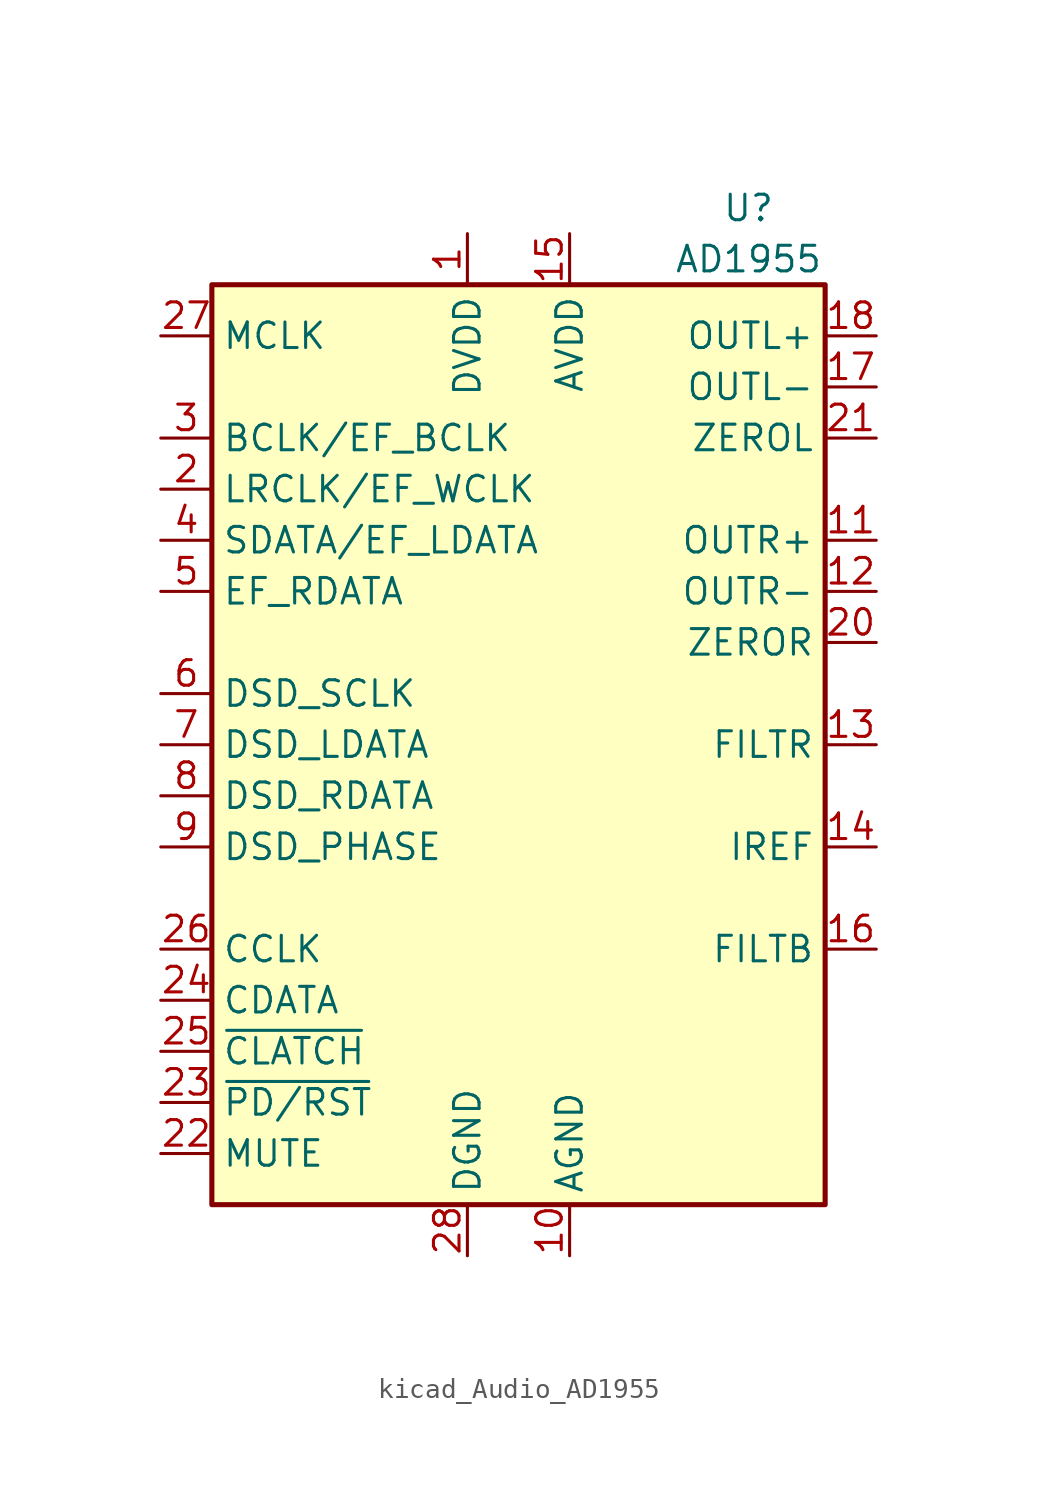
<source format=kicad_sym>
(kicad_symbol_lib
  (version 20220914)
  (generator kicad_symbol_editor)
  (symbol "kicad_Audio_AD1955"
    (property "Reference" "U"
      (at 11.43 26.67 0)
      (effects (font (size 1.27 1.27))))
    (property "Value" "AD1955"
      (at 11.43 24.13 0)
      (effects (font (size 1.27 1.27))))
    (symbol "kicad_Audio_AD1955_0_1"
      (rectangle (start -15.24 22.86) (end 15.24 -22.86) (stroke (width 0.254) (type default)) (fill (type background))))
    (symbol "kicad_Audio_AD1955_1_1"
      (pin power_in line (at -2.54 25.4 270) (length 2.54) (name "DVDD" (effects (font (size 1.27 1.27)))) (number "1" (effects (font (size 1.27 1.27)))))
      (pin power_in line (at 2.54 -25.4 90) (length 2.54) (name "AGND" (effects (font (size 1.27 1.27)))) (number "10" (effects (font (size 1.27 1.27)))))
      (pin output line (at 17.78 10.16 180) (length 2.54) (name "OUTR+" (effects (font (size 1.27 1.27)))) (number "11" (effects (font (size 1.27 1.27)))))
      (pin output line (at 17.78 7.62 180) (length 2.54) (name "OUTR-" (effects (font (size 1.27 1.27)))) (number "12" (effects (font (size 1.27 1.27)))))
      (pin output line (at 17.78 0 180) (length 2.54) (name "FILTR" (effects (font (size 1.27 1.27)))) (number "13" (effects (font (size 1.27 1.27)))))
      (pin passive line (at 17.78 -5.08 180) (length 2.54) (name "IREF" (effects (font (size 1.27 1.27)))) (number "14" (effects (font (size 1.27 1.27)))))
      (pin power_in line (at 2.54 25.4 270) (length 2.54) (name "AVDD" (effects (font (size 1.27 1.27)))) (number "15" (effects (font (size 1.27 1.27)))))
      (pin output line (at 17.78 -10.16 180) (length 2.54) (name "FILTB" (effects (font (size 1.27 1.27)))) (number "16" (effects (font (size 1.27 1.27)))))
      (pin output line (at 17.78 17.78 180) (length 2.54) (name "OUTL-" (effects (font (size 1.27 1.27)))) (number "17" (effects (font (size 1.27 1.27)))))
      (pin output line (at 17.78 20.32 180) (length 2.54) (name "OUTL+" (effects (font (size 1.27 1.27)))) (number "18" (effects (font (size 1.27 1.27)))))
      (pin passive line (at 2.54 -25.4 90) (length 2.54) hide (name "AGND" (effects (font (size 1.27 1.27)))) (number "19" (effects (font (size 1.27 1.27)))))
      (pin input line (at -17.78 12.7 0) (length 2.54) (name "LRCLK/EF_WCLK" (effects (font (size 1.27 1.27)))) (number "2" (effects (font (size 1.27 1.27)))))
      (pin output line (at 17.78 5.08 180) (length 2.54) (name "ZEROR" (effects (font (size 1.27 1.27)))) (number "20" (effects (font (size 1.27 1.27)))))
      (pin output line (at 17.78 15.24 180) (length 2.54) (name "ZEROL" (effects (font (size 1.27 1.27)))) (number "21" (effects (font (size 1.27 1.27)))))
      (pin input line (at -17.78 -20.32 0) (length 2.54) (name "MUTE" (effects (font (size 1.27 1.27)))) (number "22" (effects (font (size 1.27 1.27)))))
      (pin input line (at -17.78 -17.78 0) (length 2.54) (name "~{PD/RST}" (effects (font (size 1.27 1.27)))) (number "23" (effects (font (size 1.27 1.27)))))
      (pin input line (at -17.78 -12.7 0) (length 2.54) (name "CDATA" (effects (font (size 1.27 1.27)))) (number "24" (effects (font (size 1.27 1.27)))))
      (pin input line (at -17.78 -15.24 0) (length 2.54) (name "~{CLATCH}" (effects (font (size 1.27 1.27)))) (number "25" (effects (font (size 1.27 1.27)))))
      (pin input line (at -17.78 -10.16 0) (length 2.54) (name "CCLK" (effects (font (size 1.27 1.27)))) (number "26" (effects (font (size 1.27 1.27)))))
      (pin input line (at -17.78 20.32 0) (length 2.54) (name "MCLK" (effects (font (size 1.27 1.27)))) (number "27" (effects (font (size 1.27 1.27)))))
      (pin power_in line (at -2.54 -25.4 90) (length 2.54) (name "DGND" (effects (font (size 1.27 1.27)))) (number "28" (effects (font (size 1.27 1.27)))))
      (pin input line (at -17.78 15.24 0) (length 2.54) (name "BCLK/EF_BCLK" (effects (font (size 1.27 1.27)))) (number "3" (effects (font (size 1.27 1.27)))))
      (pin input line (at -17.78 10.16 0) (length 2.54) (name "SDATA/EF_LDATA" (effects (font (size 1.27 1.27)))) (number "4" (effects (font (size 1.27 1.27)))))
      (pin input line (at -17.78 7.62 0) (length 2.54) (name "EF_RDATA" (effects (font (size 1.27 1.27)))) (number "5" (effects (font (size 1.27 1.27)))))
      (pin bidirectional line (at -17.78 2.54 0) (length 2.54) (name "DSD_SCLK" (effects (font (size 1.27 1.27)))) (number "6" (effects (font (size 1.27 1.27)))))
      (pin input line (at -17.78 0 0) (length 2.54) (name "DSD_LDATA" (effects (font (size 1.27 1.27)))) (number "7" (effects (font (size 1.27 1.27)))))
      (pin input line (at -17.78 -2.54 0) (length 2.54) (name "DSD_RDATA" (effects (font (size 1.27 1.27)))) (number "8" (effects (font (size 1.27 1.27)))))
      (pin bidirectional line (at -17.78 -5.08 0) (length 2.54) (name "DSD_PHASE" (effects (font (size 1.27 1.27)))) (number "9" (effects (font (size 1.27 1.27))))))))
</source>
